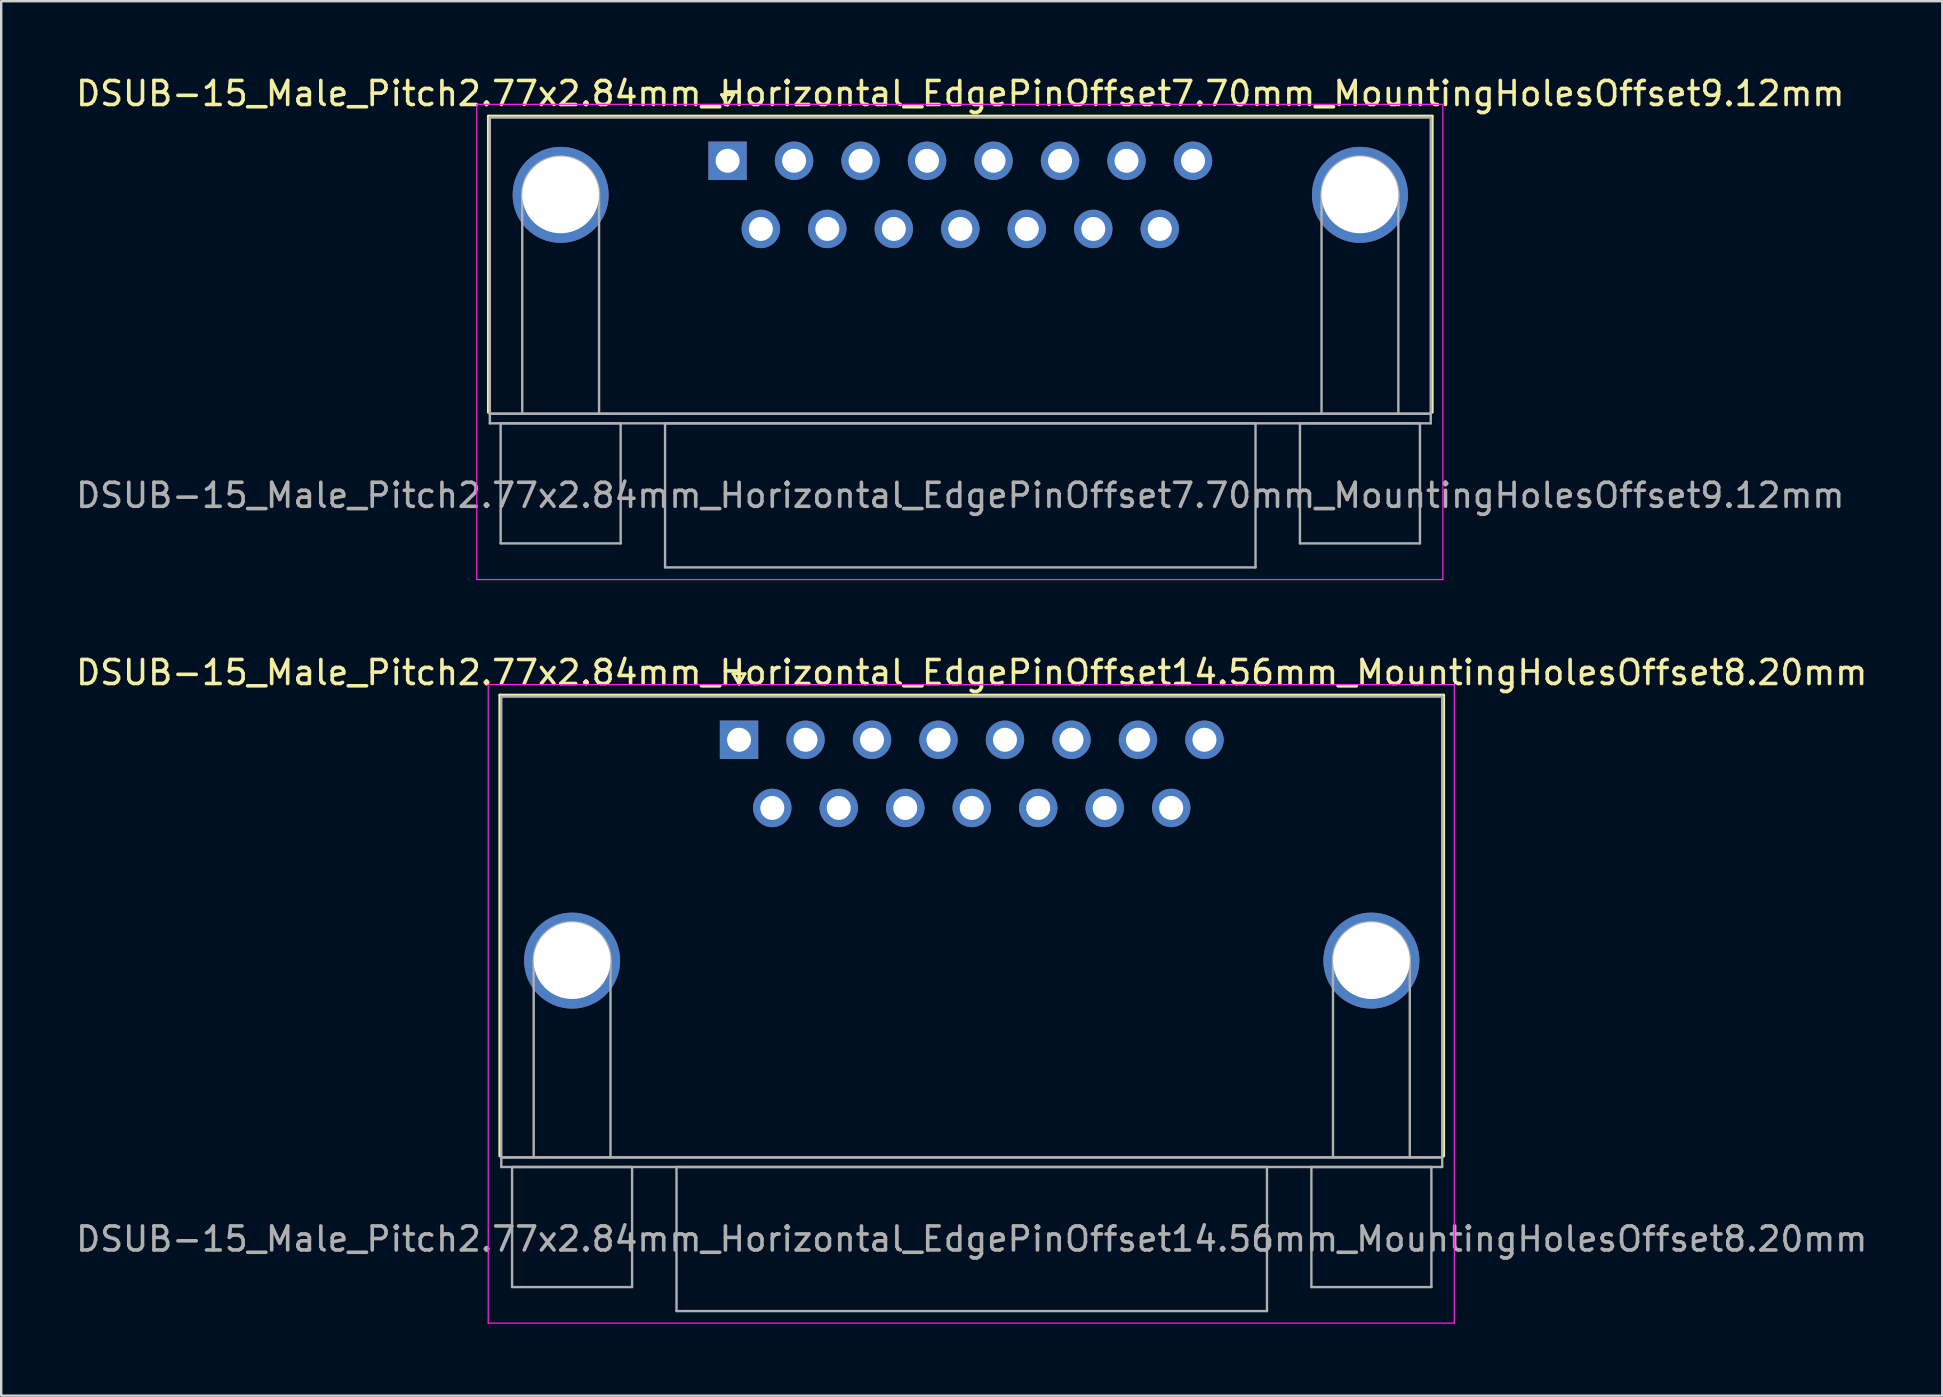
<source format=kicad_pcb>
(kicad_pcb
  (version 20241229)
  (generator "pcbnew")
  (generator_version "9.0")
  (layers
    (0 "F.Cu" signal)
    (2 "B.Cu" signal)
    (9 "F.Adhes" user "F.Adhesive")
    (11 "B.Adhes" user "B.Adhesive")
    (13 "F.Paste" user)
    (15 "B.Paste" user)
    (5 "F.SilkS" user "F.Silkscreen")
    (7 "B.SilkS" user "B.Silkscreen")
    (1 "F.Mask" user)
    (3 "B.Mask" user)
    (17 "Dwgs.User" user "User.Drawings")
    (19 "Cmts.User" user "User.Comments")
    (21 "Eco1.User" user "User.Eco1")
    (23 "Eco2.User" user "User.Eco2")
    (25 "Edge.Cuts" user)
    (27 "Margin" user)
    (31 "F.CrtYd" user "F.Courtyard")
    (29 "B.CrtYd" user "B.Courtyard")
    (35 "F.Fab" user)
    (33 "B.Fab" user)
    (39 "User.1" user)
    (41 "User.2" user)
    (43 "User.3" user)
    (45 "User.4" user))
  (footprint "DSUB-15_Male_Pitch2.77x2.84mm_Horizontal_EdgePinOffset14.56mm_MountingHolesOffset8.20mm"
    (layer "F.Cu")
    (at 27.74 27.771)
    (property "Reference" "DSUB-15_Male_Pitch2.77x2.84mm_Horizontal_EdgePinOffset14.56mm_MountingHolesOffset8.20mm" (at 9.695 -2.8 0) (layer "F.SilkS") (effects (font (size 1 1) (thickness 0.15))))
    (attr through_hole)
    (fp_line (start -9.965 -1.86) (end 29.355 -1.86) (stroke (width 0.12) (type solid)) (layer "F.SilkS"))
    (fp_line (start -9.965 17.34) (end -9.965 -1.86) (stroke (width 0.12) (type solid)) (layer "F.SilkS"))
    (fp_line (start -0.25 -2.754) (end 0.25 -2.754) (stroke (width 0.12) (type solid)) (layer "F.SilkS"))
    (fp_line (start 0 -2.321) (end -0.25 -2.754) (stroke (width 0.12) (type solid)) (layer "F.SilkS"))
    (fp_line (start 0.25 -2.754) (end 0 -2.321) (stroke (width 0.12) (type solid)) (layer "F.SilkS"))
    (fp_line (start 29.355 -1.86) (end 29.355 17.34) (stroke (width 0.12) (type solid)) (layer "F.SilkS"))
    (fp_line (start -10.45 -2.3) (end -10.45 24.3) (stroke (width 0.05) (type solid)) (layer "F.CrtYd"))
    (fp_line (start -10.45 24.3) (end 29.8 24.3) (stroke (width 0.05) (type solid)) (layer "F.CrtYd"))
    (fp_line (start 29.8 -2.3) (end -10.45 -2.3) (stroke (width 0.05) (type solid)) (layer "F.CrtYd"))
    (fp_line (start 29.8 24.3) (end 29.8 -2.3) (stroke (width 0.05) (type solid)) (layer "F.CrtYd"))
    (fp_line (start -9.905 -1.8) (end -9.905 17.4) (stroke (width 0.1) (type solid)) (layer "F.Fab"))
    (fp_line (start -9.905 17.4) (end -9.905 17.8) (stroke (width 0.1) (type solid)) (layer "F.Fab"))
    (fp_line (start -9.905 17.4) (end 29.295 17.4) (stroke (width 0.1) (type solid)) (layer "F.Fab"))
    (fp_line (start -9.905 17.8) (end 29.295 17.8) (stroke (width 0.1) (type solid)) (layer "F.Fab"))
    (fp_line (start -9.455 17.8) (end -9.455 22.8) (stroke (width 0.1) (type solid)) (layer "F.Fab"))
    (fp_line (start -9.455 22.8) (end -4.455 22.8) (stroke (width 0.1) (type solid)) (layer "F.Fab"))
    (fp_line (start -8.555 17.4) (end -8.555 9.2) (stroke (width 0.1) (type solid)) (layer "F.Fab"))
    (fp_line (start -5.355 17.4) (end -5.355 9.2) (stroke (width 0.1) (type solid)) (layer "F.Fab"))
    (fp_line (start -4.455 17.8) (end -9.455 17.8) (stroke (width 0.1) (type solid)) (layer "F.Fab"))
    (fp_line (start -4.455 22.8) (end -4.455 17.8) (stroke (width 0.1) (type solid)) (layer "F.Fab"))
    (fp_line (start -2.605 17.8) (end -2.605 23.8) (stroke (width 0.1) (type solid)) (layer "F.Fab"))
    (fp_line (start -2.605 23.8) (end 21.995 23.8) (stroke (width 0.1) (type solid)) (layer "F.Fab"))
    (fp_line (start 21.995 17.8) (end -2.605 17.8) (stroke (width 0.1) (type solid)) (layer "F.Fab"))
    (fp_line (start 21.995 23.8) (end 21.995 17.8) (stroke (width 0.1) (type solid)) (layer "F.Fab"))
    (fp_line (start 23.845 17.8) (end 23.845 22.8) (stroke (width 0.1) (type solid)) (layer "F.Fab"))
    (fp_line (start 23.845 22.8) (end 28.845 22.8) (stroke (width 0.1) (type solid)) (layer "F.Fab"))
    (fp_line (start 24.745 17.4) (end 24.745 9.2) (stroke (width 0.1) (type solid)) (layer "F.Fab"))
    (fp_line (start 27.945 17.4) (end 27.945 9.2) (stroke (width 0.1) (type solid)) (layer "F.Fab"))
    (fp_line (start 28.845 17.8) (end 23.845 17.8) (stroke (width 0.1) (type solid)) (layer "F.Fab"))
    (fp_line (start 28.845 22.8) (end 28.845 17.8) (stroke (width 0.1) (type solid)) (layer "F.Fab"))
    (fp_line (start 29.295 -1.8) (end -9.905 -1.8) (stroke (width 0.1) (type solid)) (layer "F.Fab"))
    (fp_line (start 29.295 17.4) (end -9.905 17.4) (stroke (width 0.1) (type solid)) (layer "F.Fab"))
    (fp_line (start 29.295 17.4) (end 29.295 -1.8) (stroke (width 0.1) (type solid)) (layer "F.Fab"))
    (fp_line (start 29.295 17.8) (end 29.295 17.4) (stroke (width 0.1) (type solid)) (layer "F.Fab"))
    (fp_arc (start -8.555 9.2) (mid -6.955 7.6) (end -5.355 9.2) (stroke (width 0.1) (type solid)) (layer "F.Fab"))
    (fp_arc (start 24.745 9.2) (mid 26.345 7.6) (end 27.945 9.2) (stroke (width 0.1) (type solid)) (layer "F.Fab"))
    (fp_text user "${REFERENCE}" (at 9.695 20.8 0) (layer "F.Fab") (effects (font (size 1 1) (thickness 0.15))))
    (pad "0" thru_hole circle (at -6.955 9.2) (size 4 4) (drill 3.2) (layers "*.Cu" "*.Mask"))
    (pad "0" thru_hole circle (at 26.345 9.2) (size 4 4) (drill 3.2) (layers "*.Cu" "*.Mask"))
    (pad "1" thru_hole rect (at 0 0) (size 1.6 1.6) (drill 1) (layers "*.Cu" "*.Mask"))
    (pad "2" thru_hole circle (at 2.77 0) (size 1.6 1.6) (drill 1) (layers "*.Cu" "*.Mask"))
    (pad "3" thru_hole circle (at 5.54 0) (size 1.6 1.6) (drill 1) (layers "*.Cu" "*.Mask"))
    (pad "4" thru_hole circle (at 8.31 0) (size 1.6 1.6) (drill 1) (layers "*.Cu" "*.Mask"))
    (pad "5" thru_hole circle (at 11.08 0) (size 1.6 1.6) (drill 1) (layers "*.Cu" "*.Mask"))
    (pad "6" thru_hole circle (at 13.85 0) (size 1.6 1.6) (drill 1) (layers "*.Cu" "*.Mask"))
    (pad "7" thru_hole circle (at 16.62 0) (size 1.6 1.6) (drill 1) (layers "*.Cu" "*.Mask"))
    (pad "8" thru_hole circle (at 19.39 0) (size 1.6 1.6) (drill 1) (layers "*.Cu" "*.Mask"))
    (pad "9" thru_hole circle (at 1.385 2.84) (size 1.6 1.6) (drill 1) (layers "*.Cu" "*.Mask"))
    (pad "10" thru_hole circle (at 4.155 2.84) (size 1.6 1.6) (drill 1) (layers "*.Cu" "*.Mask"))
    (pad "11" thru_hole circle (at 6.925 2.84) (size 1.6 1.6) (drill 1) (layers "*.Cu" "*.Mask"))
    (pad "12" thru_hole circle (at 9.695 2.84) (size 1.6 1.6) (drill 1) (layers "*.Cu" "*.Mask"))
    (pad "13" thru_hole circle (at 12.465 2.84) (size 1.6 1.6) (drill 1) (layers "*.Cu" "*.Mask"))
    (pad "14" thru_hole circle (at 15.235 2.84) (size 1.6 1.6) (drill 1) (layers "*.Cu" "*.Mask"))
    (pad "15" thru_hole circle (at 18.005 2.84) (size 1.6 1.6) (drill 1) (layers "*.Cu" "*.Mask")))
  (footprint "DSUB-15_Male_Pitch2.77x2.84mm_Horizontal_EdgePinOffset7.70mm_MountingHolesOffset9.12mm"
    (layer "F.Cu")
    (at 27.263 3.648)
    (property "Reference" "DSUB-15_Male_Pitch2.77x2.84mm_Horizontal_EdgePinOffset7.70mm_MountingHolesOffset9.12mm" (at 9.695 -2.8 0) (layer "F.SilkS") (effects (font (size 1 1) (thickness 0.15))))
    (attr through_hole)
    (fp_line (start -9.965 -1.86) (end 29.355 -1.86) (stroke (width 0.12) (type solid)) (layer "F.SilkS"))
    (fp_line (start -9.965 10.48) (end -9.965 -1.86) (stroke (width 0.12) (type solid)) (layer "F.SilkS"))
    (fp_line (start -0.25 -2.754) (end 0.25 -2.754) (stroke (width 0.12) (type solid)) (layer "F.SilkS"))
    (fp_line (start 0 -2.321) (end -0.25 -2.754) (stroke (width 0.12) (type solid)) (layer "F.SilkS"))
    (fp_line (start 0.25 -2.754) (end 0 -2.321) (stroke (width 0.12) (type solid)) (layer "F.SilkS"))
    (fp_line (start 29.355 -1.86) (end 29.355 10.48) (stroke (width 0.12) (type solid)) (layer "F.SilkS"))
    (fp_line (start -10.45 -2.35) (end -10.45 17.45) (stroke (width 0.05) (type solid)) (layer "F.CrtYd"))
    (fp_line (start -10.45 17.45) (end 29.8 17.45) (stroke (width 0.05) (type solid)) (layer "F.CrtYd"))
    (fp_line (start 29.8 -2.35) (end -10.45 -2.35) (stroke (width 0.05) (type solid)) (layer "F.CrtYd"))
    (fp_line (start 29.8 17.45) (end 29.8 -2.35) (stroke (width 0.05) (type solid)) (layer "F.CrtYd"))
    (fp_line (start -9.905 -1.8) (end -9.905 10.54) (stroke (width 0.1) (type solid)) (layer "F.Fab"))
    (fp_line (start -9.905 10.54) (end -9.905 10.94) (stroke (width 0.1) (type solid)) (layer "F.Fab"))
    (fp_line (start -9.905 10.54) (end 29.295 10.54) (stroke (width 0.1) (type solid)) (layer "F.Fab"))
    (fp_line (start -9.905 10.94) (end 29.295 10.94) (stroke (width 0.1) (type solid)) (layer "F.Fab"))
    (fp_line (start -9.455 10.94) (end -9.455 15.94) (stroke (width 0.1) (type solid)) (layer "F.Fab"))
    (fp_line (start -9.455 15.94) (end -4.455 15.94) (stroke (width 0.1) (type solid)) (layer "F.Fab"))
    (fp_line (start -8.555 10.54) (end -8.555 1.42) (stroke (width 0.1) (type solid)) (layer "F.Fab"))
    (fp_line (start -5.355 10.54) (end -5.355 1.42) (stroke (width 0.1) (type solid)) (layer "F.Fab"))
    (fp_line (start -4.455 10.94) (end -9.455 10.94) (stroke (width 0.1) (type solid)) (layer "F.Fab"))
    (fp_line (start -4.455 15.94) (end -4.455 10.94) (stroke (width 0.1) (type solid)) (layer "F.Fab"))
    (fp_line (start -2.605 10.94) (end -2.605 16.94) (stroke (width 0.1) (type solid)) (layer "F.Fab"))
    (fp_line (start -2.605 16.94) (end 21.995 16.94) (stroke (width 0.1) (type solid)) (layer "F.Fab"))
    (fp_line (start 21.995 10.94) (end -2.605 10.94) (stroke (width 0.1) (type solid)) (layer "F.Fab"))
    (fp_line (start 21.995 16.94) (end 21.995 10.94) (stroke (width 0.1) (type solid)) (layer "F.Fab"))
    (fp_line (start 23.845 10.94) (end 23.845 15.94) (stroke (width 0.1) (type solid)) (layer "F.Fab"))
    (fp_line (start 23.845 15.94) (end 28.845 15.94) (stroke (width 0.1) (type solid)) (layer "F.Fab"))
    (fp_line (start 24.745 10.54) (end 24.745 1.42) (stroke (width 0.1) (type solid)) (layer "F.Fab"))
    (fp_line (start 27.945 10.54) (end 27.945 1.42) (stroke (width 0.1) (type solid)) (layer "F.Fab"))
    (fp_line (start 28.845 10.94) (end 23.845 10.94) (stroke (width 0.1) (type solid)) (layer "F.Fab"))
    (fp_line (start 28.845 15.94) (end 28.845 10.94) (stroke (width 0.1) (type solid)) (layer "F.Fab"))
    (fp_line (start 29.295 -1.8) (end -9.905 -1.8) (stroke (width 0.1) (type solid)) (layer "F.Fab"))
    (fp_line (start 29.295 10.54) (end -9.905 10.54) (stroke (width 0.1) (type solid)) (layer "F.Fab"))
    (fp_line (start 29.295 10.54) (end 29.295 -1.8) (stroke (width 0.1) (type solid)) (layer "F.Fab"))
    (fp_line (start 29.295 10.94) (end 29.295 10.54) (stroke (width 0.1) (type solid)) (layer "F.Fab"))
    (fp_arc (start -8.555 1.42) (mid -6.955 -0.18) (end -5.355 1.42) (stroke (width 0.1) (type solid)) (layer "F.Fab"))
    (fp_arc (start 24.745 1.42) (mid 26.345 -0.18) (end 27.945 1.42) (stroke (width 0.1) (type solid)) (layer "F.Fab"))
    (fp_text user "${REFERENCE}" (at 9.695 13.94 0) (layer "F.Fab") (effects (font (size 1 1) (thickness 0.15))))
    (pad "0" thru_hole circle (at -6.955 1.42) (size 4 4) (drill 3.2) (layers "*.Cu" "*.Mask"))
    (pad "0" thru_hole circle (at 26.345 1.42) (size 4 4) (drill 3.2) (layers "*.Cu" "*.Mask"))
    (pad "1" thru_hole rect (at 0 0) (size 1.6 1.6) (drill 1) (layers "*.Cu" "*.Mask"))
    (pad "2" thru_hole circle (at 2.77 0) (size 1.6 1.6) (drill 1) (layers "*.Cu" "*.Mask"))
    (pad "3" thru_hole circle (at 5.54 0) (size 1.6 1.6) (drill 1) (layers "*.Cu" "*.Mask"))
    (pad "4" thru_hole circle (at 8.31 0) (size 1.6 1.6) (drill 1) (layers "*.Cu" "*.Mask"))
    (pad "5" thru_hole circle (at 11.08 0) (size 1.6 1.6) (drill 1) (layers "*.Cu" "*.Mask"))
    (pad "6" thru_hole circle (at 13.85 0) (size 1.6 1.6) (drill 1) (layers "*.Cu" "*.Mask"))
    (pad "7" thru_hole circle (at 16.62 0) (size 1.6 1.6) (drill 1) (layers "*.Cu" "*.Mask"))
    (pad "8" thru_hole circle (at 19.39 0) (size 1.6 1.6) (drill 1) (layers "*.Cu" "*.Mask"))
    (pad "9" thru_hole circle (at 1.385 2.84) (size 1.6 1.6) (drill 1) (layers "*.Cu" "*.Mask"))
    (pad "10" thru_hole circle (at 4.155 2.84) (size 1.6 1.6) (drill 1) (layers "*.Cu" "*.Mask"))
    (pad "11" thru_hole circle (at 6.925 2.84) (size 1.6 1.6) (drill 1) (layers "*.Cu" "*.Mask"))
    (pad "12" thru_hole circle (at 9.695 2.84) (size 1.6 1.6) (drill 1) (layers "*.Cu" "*.Mask"))
    (pad "13" thru_hole circle (at 12.465 2.84) (size 1.6 1.6) (drill 1) (layers "*.Cu" "*.Mask"))
    (pad "14" thru_hole circle (at 15.235 2.84) (size 1.6 1.6) (drill 1) (layers "*.Cu" "*.Mask"))
    (pad "15" thru_hole circle (at 18.005 2.84) (size 1.6 1.6) (drill 1) (layers "*.Cu" "*.Mask")))
  (gr_rect
    (start -3 -3)
    (end 77.869 55.096)
    (stroke (width 0.1) (type default))
    (fill no)
    (layer "Edge.Cuts")))
</source>
